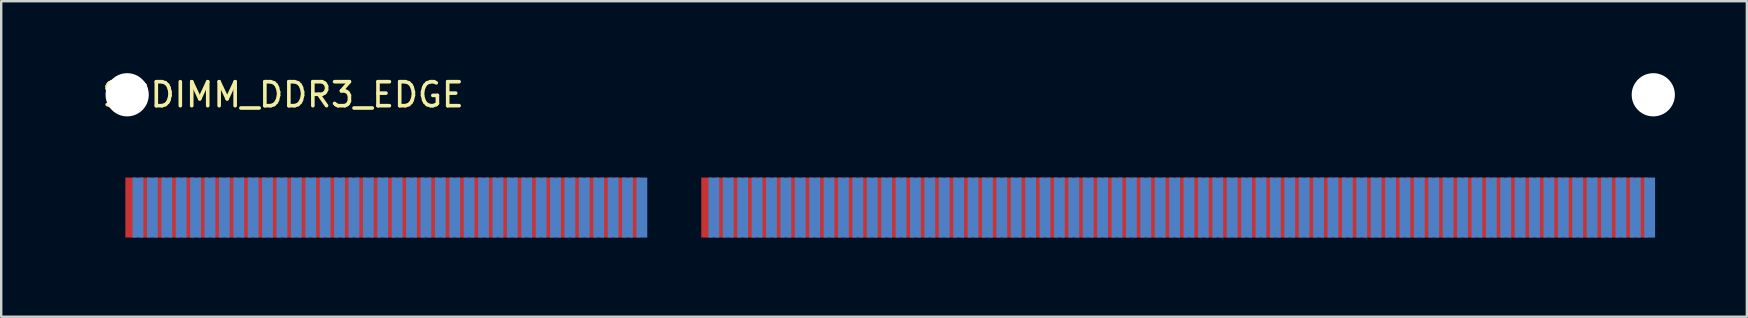
<source format=kicad_pcb>
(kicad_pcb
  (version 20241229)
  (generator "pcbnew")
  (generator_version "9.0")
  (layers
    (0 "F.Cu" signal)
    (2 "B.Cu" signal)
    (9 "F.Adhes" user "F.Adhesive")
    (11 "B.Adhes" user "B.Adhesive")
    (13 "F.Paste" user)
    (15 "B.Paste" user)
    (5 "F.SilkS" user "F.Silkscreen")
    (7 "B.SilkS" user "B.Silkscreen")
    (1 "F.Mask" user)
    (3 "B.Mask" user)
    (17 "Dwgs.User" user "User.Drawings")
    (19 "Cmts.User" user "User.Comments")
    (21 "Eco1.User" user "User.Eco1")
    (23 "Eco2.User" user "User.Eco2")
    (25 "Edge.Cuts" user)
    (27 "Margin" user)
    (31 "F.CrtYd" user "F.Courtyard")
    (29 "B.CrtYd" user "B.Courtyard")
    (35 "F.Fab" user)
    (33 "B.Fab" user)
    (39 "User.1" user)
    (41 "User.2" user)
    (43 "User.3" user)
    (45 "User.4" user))
  (footprint "SODIMM_DDR3_EDGE"
    (layer "F.Cu")
    (at 0.25 6.9)
    (property "Reference" "SODIMM_DDR3_EDGE" (at 8.5 -6 0) (layer "F.SilkS") (effects (font (size 1 1) (thickness 0.15))))
    (attr through_hole)
    (pad "" np_thru_hole circle (at 2 -6) (size 1.8 1.8) (drill 1.8) (layers "*.Cu" "*.Mask"))
    (pad "" np_thru_hole circle (at 65.6 -6) (size 1.8 1.8) (drill 1.8) (layers "*.Cu" "*.Mask"))
    (pad "1" smd rect (at 2.15 -1.3) (size 0.45 2.5) (layers "F.Cu" "F.Mask"))
    (pad "2" smd rect (at 2.45 -1.3) (size 0.45 2.5) (layers "B.Cu" "B.Mask"))
    (pad "3" smd rect (at 2.75 -1.3) (size 0.45 2.5) (layers "F.Cu" "F.Mask"))
    (pad "4" smd rect (at 3.05 -1.3) (size 0.45 2.5) (layers "B.Cu" "B.Mask"))
    (pad "5" smd rect (at 3.35 -1.3) (size 0.45 2.5) (layers "F.Cu" "F.Mask"))
    (pad "6" smd rect (at 3.65 -1.3) (size 0.45 2.5) (layers "B.Cu" "B.Mask"))
    (pad "7" smd rect (at 3.95 -1.3) (size 0.45 2.5) (layers "F.Cu" "F.Mask"))
    (pad "8" smd rect (at 4.25 -1.3) (size 0.45 2.5) (layers "B.Cu" "B.Mask"))
    (pad "9" smd rect (at 4.55 -1.3) (size 0.45 2.5) (layers "F.Cu" "F.Mask"))
    (pad "10" smd rect (at 4.85 -1.3) (size 0.45 2.5) (layers "B.Cu" "B.Mask"))
    (pad "11" smd rect (at 5.15 -1.3) (size 0.45 2.5) (layers "F.Cu" "F.Mask"))
    (pad "12" smd rect (at 5.45 -1.3) (size 0.45 2.5) (layers "B.Cu" "B.Mask"))
    (pad "13" smd rect (at 5.75 -1.3) (size 0.45 2.5) (layers "F.Cu" "F.Mask"))
    (pad "14" smd rect (at 6.05 -1.3) (size 0.45 2.5) (layers "B.Cu" "B.Mask"))
    (pad "15" smd rect (at 6.35 -1.3) (size 0.45 2.5) (layers "F.Cu" "F.Mask"))
    (pad "16" smd rect (at 6.65 -1.3) (size 0.45 2.5) (layers "B.Cu" "B.Mask"))
    (pad "17" smd rect (at 6.95 -1.3) (size 0.45 2.5) (layers "F.Cu" "F.Mask"))
    (pad "18" smd rect (at 7.25 -1.3) (size 0.45 2.5) (layers "B.Cu" "B.Mask"))
    (pad "19" smd rect (at 7.55 -1.3) (size 0.45 2.5) (layers "F.Cu" "F.Mask"))
    (pad "20" smd rect (at 7.85 -1.3) (size 0.45 2.5) (layers "B.Cu" "B.Mask"))
    (pad "21" smd rect (at 8.15 -1.3) (size 0.45 2.5) (layers "F.Cu" "F.Mask"))
    (pad "22" smd rect (at 8.45 -1.3) (size 0.45 2.5) (layers "B.Cu" "B.Mask"))
    (pad "23" smd rect (at 8.75 -1.3) (size 0.45 2.5) (layers "F.Cu" "F.Mask"))
    (pad "24" smd rect (at 9.05 -1.3) (size 0.45 2.5) (layers "B.Cu" "B.Mask"))
    (pad "25" smd rect (at 9.35 -1.3) (size 0.45 2.5) (layers "F.Cu" "F.Mask"))
    (pad "26" smd rect (at 9.65 -1.3) (size 0.45 2.5) (layers "B.Cu" "B.Mask"))
    (pad "27" smd rect (at 9.95 -1.3) (size 0.45 2.5) (layers "F.Cu" "F.Mask"))
    (pad "28" smd rect (at 10.25 -1.3) (size 0.45 2.5) (layers "B.Cu" "B.Mask"))
    (pad "29" smd rect (at 10.55 -1.3) (size 0.45 2.5) (layers "F.Cu" "F.Mask"))
    (pad "30" smd rect (at 10.85 -1.3) (size 0.45 2.5) (layers "B.Cu" "B.Mask"))
    (pad "31" smd rect (at 11.15 -1.3) (size 0.45 2.5) (layers "F.Cu" "F.Mask"))
    (pad "32" smd rect (at 11.45 -1.3) (size 0.45 2.5) (layers "B.Cu" "B.Mask"))
    (pad "33" smd rect (at 11.75 -1.3) (size 0.45 2.5) (layers "F.Cu" "F.Mask"))
    (pad "34" smd rect (at 12.05 -1.3) (size 0.45 2.5) (layers "B.Cu" "B.Mask"))
    (pad "35" smd rect (at 12.35 -1.3) (size 0.45 2.5) (layers "F.Cu" "F.Mask"))
    (pad "36" smd rect (at 12.65 -1.3) (size 0.45 2.5) (layers "B.Cu" "B.Mask"))
    (pad "37" smd rect (at 12.95 -1.3) (size 0.45 2.5) (layers "F.Cu" "F.Mask"))
    (pad "38" smd rect (at 13.25 -1.3) (size 0.45 2.5) (layers "B.Cu" "B.Mask"))
    (pad "39" smd rect (at 13.55 -1.3) (size 0.45 2.5) (layers "F.Cu" "F.Mask"))
    (pad "40" smd rect (at 13.85 -1.3) (size 0.45 2.5) (layers "B.Cu" "B.Mask"))
    (pad "41" smd rect (at 14.15 -1.3) (size 0.45 2.5) (layers "F.Cu" "F.Mask"))
    (pad "42" smd rect (at 14.45 -1.3) (size 0.45 2.5) (layers "B.Cu" "B.Mask"))
    (pad "43" smd rect (at 14.75 -1.3) (size 0.45 2.5) (layers "F.Cu" "F.Mask"))
    (pad "44" smd rect (at 15.05 -1.3) (size 0.45 2.5) (layers "B.Cu" "B.Mask"))
    (pad "45" smd rect (at 15.35 -1.3) (size 0.45 2.5) (layers "F.Cu" "F.Mask"))
    (pad "46" smd rect (at 15.65 -1.3) (size 0.45 2.5) (layers "B.Cu" "B.Mask"))
    (pad "47" smd rect (at 15.95 -1.3) (size 0.45 2.5) (layers "F.Cu" "F.Mask"))
    (pad "48" smd rect (at 16.25 -1.3) (size 0.45 2.5) (layers "B.Cu" "B.Mask"))
    (pad "49" smd rect (at 16.55 -1.3) (size 0.45 2.5) (layers "F.Cu" "F.Mask"))
    (pad "50" smd rect (at 16.85 -1.3) (size 0.45 2.5) (layers "B.Cu" "B.Mask"))
    (pad "51" smd rect (at 17.15 -1.3) (size 0.45 2.5) (layers "F.Cu" "F.Mask"))
    (pad "52" smd rect (at 17.45 -1.3) (size 0.45 2.5) (layers "B.Cu" "B.Mask"))
    (pad "53" smd rect (at 17.75 -1.3) (size 0.45 2.5) (layers "F.Cu" "F.Mask"))
    (pad "54" smd rect (at 18.05 -1.3) (size 0.45 2.5) (layers "B.Cu" "B.Mask"))
    (pad "55" smd rect (at 18.35 -1.3) (size 0.45 2.5) (layers "F.Cu" "F.Mask"))
    (pad "56" smd rect (at 18.65 -1.3) (size 0.45 2.5) (layers "B.Cu" "B.Mask"))
    (pad "57" smd rect (at 18.95 -1.3) (size 0.45 2.5) (layers "F.Cu" "F.Mask"))
    (pad "58" smd rect (at 19.25 -1.3) (size 0.45 2.5) (layers "B.Cu" "B.Mask"))
    (pad "59" smd rect (at 19.55 -1.3) (size 0.45 2.5) (layers "F.Cu" "F.Mask"))
    (pad "60" smd rect (at 19.85 -1.3) (size 0.45 2.5) (layers "B.Cu" "B.Mask"))
    (pad "61" smd rect (at 20.15 -1.3) (size 0.45 2.5) (layers "F.Cu" "F.Mask"))
    (pad "62" smd rect (at 20.45 -1.3) (size 0.45 2.5) (layers "B.Cu" "B.Mask"))
    (pad "63" smd rect (at 20.75 -1.3) (size 0.45 2.5) (layers "F.Cu" "F.Mask"))
    (pad "64" smd rect (at 21.05 -1.3) (size 0.45 2.5) (layers "B.Cu" "B.Mask"))
    (pad "65" smd rect (at 21.35 -1.3) (size 0.45 2.5) (layers "F.Cu" "F.Mask"))
    (pad "66" smd rect (at 21.65 -1.3) (size 0.45 2.5) (layers "B.Cu" "B.Mask"))
    (pad "67" smd rect (at 21.95 -1.3) (size 0.45 2.5) (layers "F.Cu" "F.Mask"))
    (pad "68" smd rect (at 22.25 -1.3) (size 0.45 2.5) (layers "B.Cu" "B.Mask"))
    (pad "69" smd rect (at 22.55 -1.3) (size 0.45 2.5) (layers "F.Cu" "F.Mask"))
    (pad "70" smd rect (at 22.85 -1.3) (size 0.45 2.5) (layers "B.Cu" "B.Mask"))
    (pad "71" smd rect (at 23.15 -1.3) (size 0.45 2.5) (layers "F.Cu" "F.Mask"))
    (pad "72" smd rect (at 23.45 -1.3) (size 0.45 2.5) (layers "B.Cu" "B.Mask"))
    (pad "73" smd rect (at 26.15 -1.3) (size 0.45 2.5) (layers "F.Cu" "F.Mask"))
    (pad "74" smd rect (at 26.45 -1.3) (size 0.45 2.5) (layers "B.Cu" "B.Mask"))
    (pad "75" smd rect (at 26.75 -1.3) (size 0.45 2.5) (layers "F.Cu" "F.Mask"))
    (pad "76" smd rect (at 27.05 -1.3) (size 0.45 2.5) (layers "B.Cu" "B.Mask"))
    (pad "77" smd rect (at 27.35 -1.3) (size 0.45 2.5) (layers "F.Cu" "F.Mask"))
    (pad "78" smd rect (at 27.65 -1.3) (size 0.45 2.5) (layers "B.Cu" "B.Mask"))
    (pad "79" smd rect (at 27.95 -1.3) (size 0.45 2.5) (layers "F.Cu" "F.Mask"))
    (pad "80" smd rect (at 28.25 -1.3) (size 0.45 2.5) (layers "B.Cu" "B.Mask"))
    (pad "81" smd rect (at 28.55 -1.3) (size 0.45 2.5) (layers "F.Cu" "F.Mask"))
    (pad "82" smd rect (at 28.85 -1.3) (size 0.45 2.5) (layers "B.Cu" "B.Mask"))
    (pad "83" smd rect (at 29.15 -1.3) (size 0.45 2.5) (layers "F.Cu" "F.Mask"))
    (pad "84" smd rect (at 29.45 -1.3) (size 0.45 2.5) (layers "B.Cu" "B.Mask"))
    (pad "85" smd rect (at 29.75 -1.3) (size 0.45 2.5) (layers "F.Cu" "F.Mask"))
    (pad "86" smd rect (at 30.05 -1.3) (size 0.45 2.5) (layers "B.Cu" "B.Mask"))
    (pad "87" smd rect (at 30.35 -1.3) (size 0.45 2.5) (layers "F.Cu" "F.Mask"))
    (pad "88" smd rect (at 30.65 -1.3) (size 0.45 2.5) (layers "B.Cu" "B.Mask"))
    (pad "89" smd rect (at 30.95 -1.3) (size 0.45 2.5) (layers "F.Cu" "F.Mask"))
    (pad "90" smd rect (at 31.25 -1.3) (size 0.45 2.5) (layers "B.Cu" "B.Mask"))
    (pad "91" smd rect (at 31.55 -1.3) (size 0.45 2.5) (layers "F.Cu" "F.Mask"))
    (pad "92" smd rect (at 31.85 -1.3) (size 0.45 2.5) (layers "B.Cu" "B.Mask"))
    (pad "93" smd rect (at 32.15 -1.3) (size 0.45 2.5) (layers "F.Cu" "F.Mask"))
    (pad "94" smd rect (at 32.45 -1.3) (size 0.45 2.5) (layers "B.Cu" "B.Mask"))
    (pad "95" smd rect (at 32.75 -1.3) (size 0.45 2.5) (layers "F.Cu" "F.Mask"))
    (pad "96" smd rect (at 33.05 -1.3) (size 0.45 2.5) (layers "B.Cu" "B.Mask"))
    (pad "97" smd rect (at 33.35 -1.3) (size 0.45 2.5) (layers "F.Cu" "F.Mask"))
    (pad "98" smd rect (at 33.65 -1.3) (size 0.45 2.5) (layers "B.Cu" "B.Mask"))
    (pad "99" smd rect (at 33.95 -1.3) (size 0.45 2.5) (layers "F.Cu" "F.Mask"))
    (pad "100" smd rect (at 34.25 -1.3) (size 0.45 2.5) (layers "B.Cu" "B.Mask"))
    (pad "101" smd rect (at 34.55 -1.3) (size 0.45 2.5) (layers "F.Cu" "F.Mask"))
    (pad "102" smd rect (at 34.85 -1.3) (size 0.45 2.5) (layers "B.Cu" "B.Mask"))
    (pad "103" smd rect (at 35.15 -1.3) (size 0.45 2.5) (layers "F.Cu" "F.Mask"))
    (pad "104" smd rect (at 35.45 -1.3) (size 0.45 2.5) (layers "B.Cu" "B.Mask"))
    (pad "105" smd rect (at 35.75 -1.3) (size 0.45 2.5) (layers "F.Cu" "F.Mask"))
    (pad "106" smd rect (at 36.05 -1.3) (size 0.45 2.5) (layers "B.Cu" "B.Mask"))
    (pad "107" smd rect (at 36.35 -1.3) (size 0.45 2.5) (layers "F.Cu" "F.Mask"))
    (pad "108" smd rect (at 36.65 -1.3) (size 0.45 2.5) (layers "B.Cu" "B.Mask"))
    (pad "109" smd rect (at 36.95 -1.3) (size 0.45 2.5) (layers "F.Cu" "F.Mask"))
    (pad "110" smd rect (at 37.25 -1.3) (size 0.45 2.5) (layers "B.Cu" "B.Mask"))
    (pad "111" smd rect (at 37.55 -1.3) (size 0.45 2.5) (layers "F.Cu" "F.Mask"))
    (pad "112" smd rect (at 37.85 -1.3) (size 0.45 2.5) (layers "B.Cu" "B.Mask"))
    (pad "113" smd rect (at 38.15 -1.3) (size 0.45 2.5) (layers "F.Cu" "F.Mask"))
    (pad "114" smd rect (at 38.45 -1.3) (size 0.45 2.5) (layers "B.Cu" "B.Mask"))
    (pad "115" smd rect (at 38.75 -1.3) (size 0.45 2.5) (layers "F.Cu" "F.Mask"))
    (pad "116" smd rect (at 39.05 -1.3) (size 0.45 2.5) (layers "B.Cu" "B.Mask"))
    (pad "117" smd rect (at 39.35 -1.3) (size 0.45 2.5) (layers "F.Cu" "F.Mask"))
    (pad "118" smd rect (at 39.65 -1.3) (size 0.45 2.5) (layers "B.Cu" "B.Mask"))
    (pad "119" smd rect (at 39.95 -1.3) (size 0.45 2.5) (layers "F.Cu" "F.Mask"))
    (pad "120" smd rect (at 40.25 -1.3) (size 0.45 2.5) (layers "B.Cu" "B.Mask"))
    (pad "121" smd rect (at 40.55 -1.3) (size 0.45 2.5) (layers "F.Cu" "F.Mask"))
    (pad "122" smd rect (at 40.85 -1.3) (size 0.45 2.5) (layers "B.Cu" "B.Mask"))
    (pad "123" smd rect (at 41.15 -1.3) (size 0.45 2.5) (layers "F.Cu" "F.Mask"))
    (pad "124" smd rect (at 41.45 -1.3) (size 0.45 2.5) (layers "B.Cu" "B.Mask"))
    (pad "125" smd rect (at 41.75 -1.3) (size 0.45 2.5) (layers "F.Cu" "F.Mask"))
    (pad "126" smd rect (at 42.05 -1.3) (size 0.45 2.5) (layers "B.Cu" "B.Mask"))
    (pad "127" smd rect (at 42.35 -1.3) (size 0.45 2.5) (layers "F.Cu" "F.Mask"))
    (pad "128" smd rect (at 42.65 -1.3) (size 0.45 2.5) (layers "B.Cu" "B.Mask"))
    (pad "129" smd rect (at 42.95 -1.3) (size 0.45 2.5) (layers "F.Cu" "F.Mask"))
    (pad "130" smd rect (at 43.25 -1.3) (size 0.45 2.5) (layers "B.Cu" "B.Mask"))
    (pad "131" smd rect (at 43.55 -1.3) (size 0.45 2.5) (layers "F.Cu" "F.Mask"))
    (pad "132" smd rect (at 43.85 -1.3) (size 0.45 2.5) (layers "B.Cu" "B.Mask"))
    (pad "133" smd rect (at 44.15 -1.3) (size 0.45 2.5) (layers "F.Cu" "F.Mask"))
    (pad "134" smd rect (at 44.45 -1.3) (size 0.45 2.5) (layers "B.Cu" "B.Mask"))
    (pad "135" smd rect (at 44.75 -1.3) (size 0.45 2.5) (layers "F.Cu" "F.Mask"))
    (pad "136" smd rect (at 45.05 -1.3) (size 0.45 2.5) (layers "B.Cu" "B.Mask"))
    (pad "137" smd rect (at 45.35 -1.3) (size 0.45 2.5) (layers "F.Cu" "F.Mask"))
    (pad "138" smd rect (at 45.65 -1.3) (size 0.45 2.5) (layers "B.Cu" "B.Mask"))
    (pad "139" smd rect (at 45.95 -1.3) (size 0.45 2.5) (layers "F.Cu" "F.Mask"))
    (pad "140" smd rect (at 46.25 -1.3) (size 0.45 2.5) (layers "B.Cu" "B.Mask"))
    (pad "141" smd rect (at 46.55 -1.3) (size 0.45 2.5) (layers "F.Cu" "F.Mask"))
    (pad "142" smd rect (at 46.85 -1.3) (size 0.45 2.5) (layers "B.Cu" "B.Mask"))
    (pad "143" smd rect (at 47.15 -1.3) (size 0.45 2.5) (layers "F.Cu" "F.Mask"))
    (pad "144" smd rect (at 47.45 -1.3) (size 0.45 2.5) (layers "B.Cu" "B.Mask"))
    (pad "145" smd rect (at 47.75 -1.3) (size 0.45 2.5) (layers "F.Cu" "F.Mask"))
    (pad "146" smd rect (at 48.05 -1.3) (size 0.45 2.5) (layers "B.Cu" "B.Mask"))
    (pad "147" smd rect (at 48.35 -1.3) (size 0.45 2.5) (layers "F.Cu" "F.Mask"))
    (pad "148" smd rect (at 48.65 -1.3) (size 0.45 2.5) (layers "B.Cu" "B.Mask"))
    (pad "149" smd rect (at 48.95 -1.3) (size 0.45 2.5) (layers "F.Cu" "F.Mask"))
    (pad "150" smd rect (at 49.25 -1.3) (size 0.45 2.5) (layers "B.Cu" "B.Mask"))
    (pad "151" smd rect (at 49.55 -1.3) (size 0.45 2.5) (layers "F.Cu" "F.Mask"))
    (pad "152" smd rect (at 49.85 -1.3) (size 0.45 2.5) (layers "B.Cu" "B.Mask"))
    (pad "153" smd rect (at 50.15 -1.3) (size 0.45 2.5) (layers "F.Cu" "F.Mask"))
    (pad "154" smd rect (at 50.45 -1.3) (size 0.45 2.5) (layers "B.Cu" "B.Mask"))
    (pad "155" smd rect (at 50.75 -1.3) (size 0.45 2.5) (layers "F.Cu" "F.Mask"))
    (pad "156" smd rect (at 51.05 -1.3) (size 0.45 2.5) (layers "B.Cu" "B.Mask"))
    (pad "157" smd rect (at 51.35 -1.3) (size 0.45 2.5) (layers "F.Cu" "F.Mask"))
    (pad "158" smd rect (at 51.65 -1.3) (size 0.45 2.5) (layers "B.Cu" "B.Mask"))
    (pad "159" smd rect (at 51.95 -1.3) (size 0.45 2.5) (layers "F.Cu" "F.Mask"))
    (pad "160" smd rect (at 52.25 -1.3) (size 0.45 2.5) (layers "B.Cu" "B.Mask"))
    (pad "161" smd rect (at 52.55 -1.3) (size 0.45 2.5) (layers "F.Cu" "F.Mask"))
    (pad "162" smd rect (at 52.85 -1.3) (size 0.45 2.5) (layers "B.Cu" "B.Mask"))
    (pad "163" smd rect (at 53.15 -1.3) (size 0.45 2.5) (layers "F.Cu" "F.Mask"))
    (pad "164" smd rect (at 53.45 -1.3) (size 0.45 2.5) (layers "B.Cu" "B.Mask"))
    (pad "165" smd rect (at 53.75 -1.3) (size 0.45 2.5) (layers "F.Cu" "F.Mask"))
    (pad "166" smd rect (at 54.05 -1.3) (size 0.45 2.5) (layers "B.Cu" "B.Mask"))
    (pad "167" smd rect (at 54.35 -1.3) (size 0.45 2.5) (layers "F.Cu" "F.Mask"))
    (pad "168" smd rect (at 54.65 -1.3) (size 0.45 2.5) (layers "B.Cu" "B.Mask"))
    (pad "169" smd rect (at 54.95 -1.3) (size 0.45 2.5) (layers "F.Cu" "F.Mask"))
    (pad "170" smd rect (at 55.25 -1.3) (size 0.45 2.5) (layers "B.Cu" "B.Mask"))
    (pad "171" smd rect (at 55.55 -1.3) (size 0.45 2.5) (layers "F.Cu" "F.Mask"))
    (pad "172" smd rect (at 55.85 -1.3) (size 0.45 2.5) (layers "B.Cu" "B.Mask"))
    (pad "173" smd rect (at 56.15 -1.3) (size 0.45 2.5) (layers "F.Cu" "F.Mask"))
    (pad "174" smd rect (at 56.45 -1.3) (size 0.45 2.5) (layers "B.Cu" "B.Mask"))
    (pad "175" smd rect (at 56.75 -1.3) (size 0.45 2.5) (layers "F.Cu" "F.Mask"))
    (pad "176" smd rect (at 57.05 -1.3) (size 0.45 2.5) (layers "B.Cu" "B.Mask"))
    (pad "177" smd rect (at 57.35 -1.3) (size 0.45 2.5) (layers "F.Cu" "F.Mask"))
    (pad "178" smd rect (at 57.65 -1.3) (size 0.45 2.5) (layers "B.Cu" "B.Mask"))
    (pad "179" smd rect (at 57.95 -1.3) (size 0.45 2.5) (layers "F.Cu" "F.Mask"))
    (pad "180" smd rect (at 58.25 -1.3) (size 0.45 2.5) (layers "B.Cu" "B.Mask"))
    (pad "181" smd rect (at 58.55 -1.3) (size 0.45 2.5) (layers "F.Cu" "F.Mask"))
    (pad "182" smd rect (at 58.85 -1.3) (size 0.45 2.5) (layers "B.Cu" "B.Mask"))
    (pad "183" smd rect (at 59.15 -1.3) (size 0.45 2.5) (layers "F.Cu" "F.Mask"))
    (pad "184" smd rect (at 59.45 -1.3) (size 0.45 2.5) (layers "B.Cu" "B.Mask"))
    (pad "185" smd rect (at 59.75 -1.3) (size 0.45 2.5) (layers "F.Cu" "F.Mask"))
    (pad "186" smd rect (at 60.05 -1.3) (size 0.45 2.5) (layers "B.Cu" "B.Mask"))
    (pad "187" smd rect (at 60.35 -1.3) (size 0.45 2.5) (layers "F.Cu" "F.Mask"))
    (pad "188" smd rect (at 60.65 -1.3) (size 0.45 2.5) (layers "B.Cu" "B.Mask"))
    (pad "189" smd rect (at 60.95 -1.3) (size 0.45 2.5) (layers "F.Cu" "F.Mask"))
    (pad "190" smd rect (at 61.25 -1.3) (size 0.45 2.5) (layers "B.Cu" "B.Mask"))
    (pad "191" smd rect (at 61.55 -1.3) (size 0.45 2.5) (layers "F.Cu" "F.Mask"))
    (pad "192" smd rect (at 61.85 -1.3) (size 0.45 2.5) (layers "B.Cu" "B.Mask"))
    (pad "193" smd rect (at 62.15 -1.3) (size 0.45 2.5) (layers "F.Cu" "F.Mask"))
    (pad "194" smd rect (at 62.45 -1.3) (size 0.45 2.5) (layers "B.Cu" "B.Mask"))
    (pad "195" smd rect (at 62.75 -1.3) (size 0.45 2.5) (layers "F.Cu" "F.Mask"))
    (pad "196" smd rect (at 63.05 -1.3) (size 0.45 2.5) (layers "B.Cu" "B.Mask"))
    (pad "197" smd rect (at 63.35 -1.3) (size 0.45 2.5) (layers "F.Cu" "F.Mask"))
    (pad "198" smd rect (at 63.65 -1.3) (size 0.45 2.5) (layers "B.Cu" "B.Mask"))
    (pad "199" smd rect (at 63.95 -1.3) (size 0.45 2.5) (layers "F.Cu" "F.Mask"))
    (pad "200" smd rect (at 64.25 -1.3) (size 0.45 2.5) (layers "B.Cu" "B.Mask"))
    (pad "201" smd rect (at 64.55 -1.3) (size 0.45 2.5) (layers "F.Cu" "F.Mask"))
    (pad "202" smd rect (at 64.85 -1.3) (size 0.45 2.5) (layers "B.Cu" "B.Mask"))
    (pad "203" smd rect (at 65.15 -1.3) (size 0.45 2.5) (layers "F.Cu" "F.Mask"))
    (pad "204" smd rect (at 65.45 -1.3) (size 0.45 2.5) (layers "B.Cu" "B.Mask")))
  (gr_rect
    (start -3 -3)
    (end 69.75 10.15)
    (stroke (width 0.1) (type default))
    (fill no)
    (layer "Edge.Cuts")))
</source>
